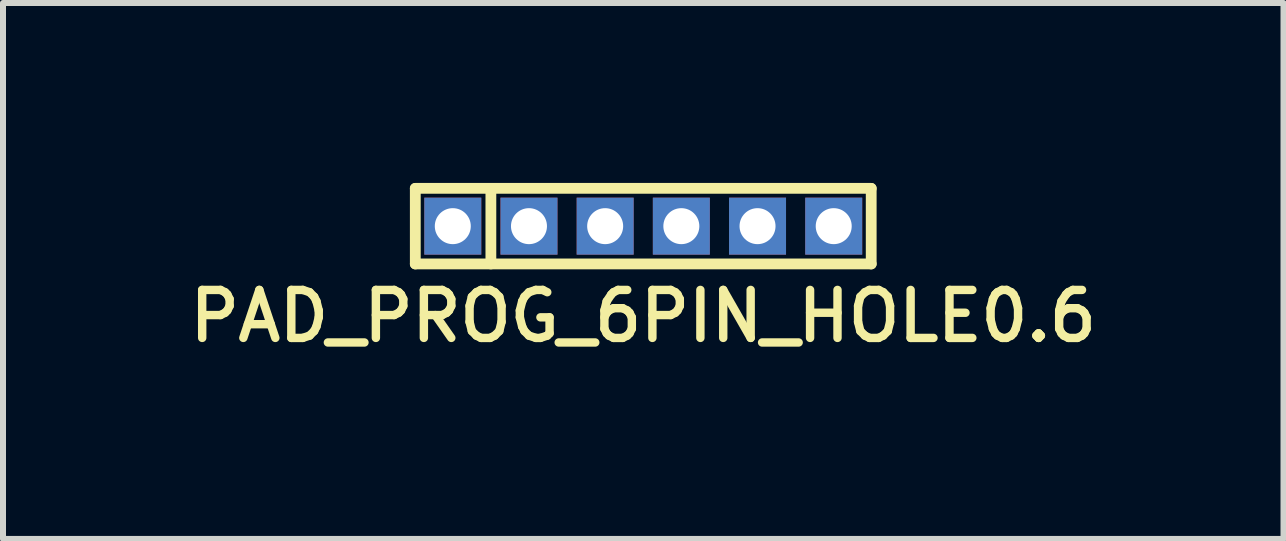
<source format=kicad_pcb>
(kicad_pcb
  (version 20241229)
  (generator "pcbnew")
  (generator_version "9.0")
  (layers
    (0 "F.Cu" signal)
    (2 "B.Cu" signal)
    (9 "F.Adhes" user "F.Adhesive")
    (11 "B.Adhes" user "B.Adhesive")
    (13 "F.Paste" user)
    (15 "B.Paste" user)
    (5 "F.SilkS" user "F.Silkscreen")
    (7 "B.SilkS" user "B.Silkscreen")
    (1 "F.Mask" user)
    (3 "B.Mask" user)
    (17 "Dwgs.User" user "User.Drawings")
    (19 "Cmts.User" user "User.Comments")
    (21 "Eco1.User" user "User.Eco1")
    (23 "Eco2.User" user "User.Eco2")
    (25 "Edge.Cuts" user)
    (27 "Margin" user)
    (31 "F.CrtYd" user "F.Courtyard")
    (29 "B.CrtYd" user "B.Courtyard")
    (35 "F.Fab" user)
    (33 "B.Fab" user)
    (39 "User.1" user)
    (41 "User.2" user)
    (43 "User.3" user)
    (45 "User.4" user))
  (footprint "PAD_PROG_6PIN_HOLE0.6"
    (layer "F.Cu")
    (at 7.673 0.72)
    (property "Reference" "PAD_PROG_6PIN_HOLE0.6" (at 0 1.5 0) (layer "F.SilkS") (effects (font (size 0.8 0.8) (thickness 0.14))))
    (attr through_hole)
    (fp_line (start -3.8 -0.63) (end -3.8 0.63) (stroke (width 0.18) (type solid)) (layer "F.SilkS"))
    (fp_line (start -3.8 -0.63) (end 3.8 -0.63) (stroke (width 0.18) (type solid)) (layer "F.SilkS"))
    (fp_line (start -2.54 -0.63) (end -2.54 0.63) (stroke (width 0.18) (type solid)) (layer "F.SilkS"))
    (fp_line (start 3.8 -0.63) (end 3.8 0.63) (stroke (width 0.18) (type solid)) (layer "F.SilkS"))
    (fp_line (start 3.8 0.63) (end -3.8 0.63) (stroke (width 0.18) (type solid)) (layer "F.SilkS"))
    (pad "1" thru_hole rect (at -3.175 0) (size 0.95 0.95) (drill 0.6) (layers "*.Cu" "*.Mask"))
    (pad "2" thru_hole rect (at -1.905 0) (size 0.95 0.95) (drill 0.6) (layers "*.Cu" "*.Mask"))
    (pad "3" thru_hole rect (at -0.635 0) (size 0.95 0.95) (drill 0.6) (layers "*.Cu" "*.Mask"))
    (pad "4" thru_hole rect (at 0.635 0) (size 0.95 0.95) (drill 0.6) (layers "*.Cu" "*.Mask"))
    (pad "5" thru_hole rect (at 1.905 0) (size 0.95 0.95) (drill 0.6) (layers "*.Cu" "*.Mask"))
    (pad "6" thru_hole rect (at 3.175 0) (size 0.95 0.95) (drill 0.6) (layers "*.Cu" "*.Mask")))
  (gr_rect
    (start -3 -3)
    (end 18.346 5.934)
    (stroke (width 0.1) (type default))
    (fill no)
    (layer "Edge.Cuts")))
</source>
